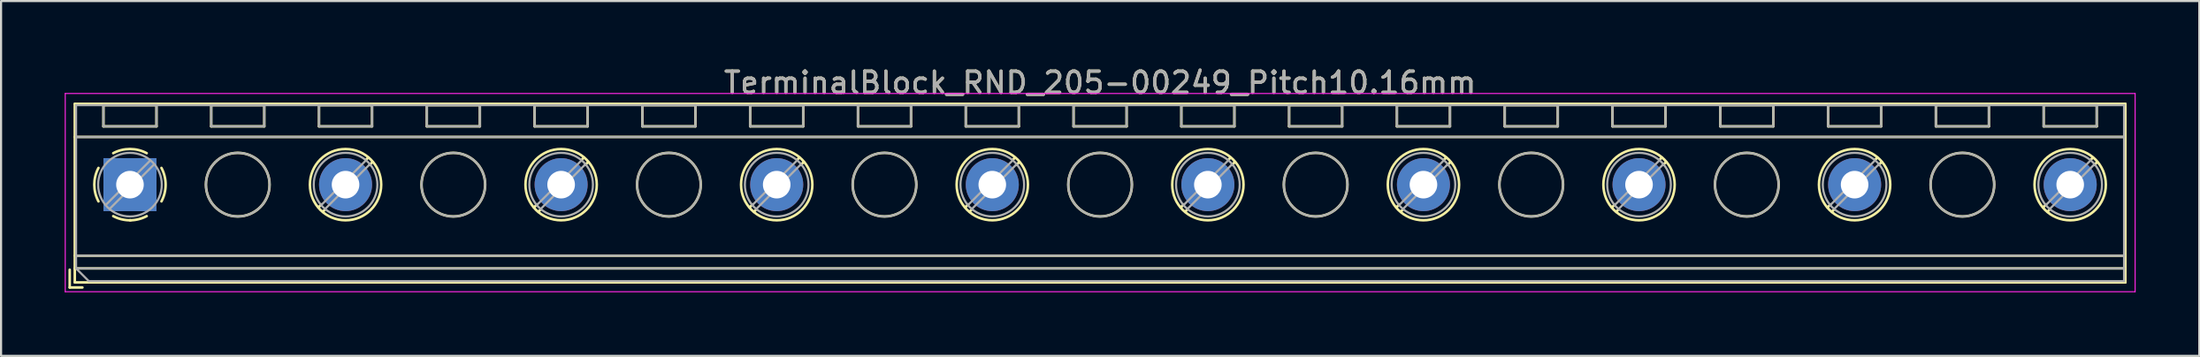
<source format=kicad_pcb>
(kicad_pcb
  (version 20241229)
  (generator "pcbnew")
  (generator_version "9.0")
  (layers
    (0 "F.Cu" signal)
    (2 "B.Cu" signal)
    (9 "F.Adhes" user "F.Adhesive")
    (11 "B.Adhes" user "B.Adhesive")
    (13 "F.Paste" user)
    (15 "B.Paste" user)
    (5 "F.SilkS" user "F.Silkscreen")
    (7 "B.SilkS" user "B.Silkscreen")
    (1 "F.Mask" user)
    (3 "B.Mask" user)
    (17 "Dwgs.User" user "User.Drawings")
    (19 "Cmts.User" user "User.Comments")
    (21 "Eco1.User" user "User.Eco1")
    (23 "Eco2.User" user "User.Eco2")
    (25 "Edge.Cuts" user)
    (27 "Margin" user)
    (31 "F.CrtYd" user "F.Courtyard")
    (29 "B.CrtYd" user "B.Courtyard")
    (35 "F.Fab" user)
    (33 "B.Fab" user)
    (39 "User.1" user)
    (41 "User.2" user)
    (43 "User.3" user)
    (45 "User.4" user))
  (footprint "TerminalBlock_RND_205-00249_Pitch10.16mm"
    (layer "F.Cu")
    (at 3.075 5.658)
    (property "Reference" "TerminalBlock_RND_205-00249_Pitch10.16mm" (at 45.72 -4.81 0) (layer "F.SilkS") (effects (font (size 1 1) (thickness 0.15))))
    (attr through_hole)
    (fp_line (start -2.84 4.01) (end -2.84 4.85) (stroke (width 0.12) (type solid)) (layer "F.SilkS"))
    (fp_line (start -2.84 4.85) (end -2.24 4.85) (stroke (width 0.12) (type solid)) (layer "F.SilkS"))
    (fp_line (start -2.6 -3.81) (end -2.6 4.61) (stroke (width 0.12) (type solid)) (layer "F.SilkS"))
    (fp_line (start -2.6 -2.25) (end 94.04 -2.25) (stroke (width 0.12) (type solid)) (layer "F.SilkS"))
    (fp_line (start -2.6 3.35) (end 94.04 3.35) (stroke (width 0.12) (type solid)) (layer "F.SilkS"))
    (fp_line (start -2.6 3.95) (end 94.04 3.95) (stroke (width 0.12) (type solid)) (layer "F.SilkS"))
    (fp_line (start -2.6 4.61) (end 94.04 4.61) (stroke (width 0.12) (type solid)) (layer "F.SilkS"))
    (fp_line (start -1.25 -3.751) (end -1.25 -2.751) (stroke (width 0.12) (type solid)) (layer "F.SilkS"))
    (fp_line (start -1.25 -3.751) (end 1.25 -3.751) (stroke (width 0.12) (type solid)) (layer "F.SilkS"))
    (fp_line (start -1.25 -2.751) (end 1.25 -2.751) (stroke (width 0.12) (type solid)) (layer "F.SilkS"))
    (fp_line (start 1.25 -3.751) (end 1.25 -2.751) (stroke (width 0.12) (type solid)) (layer "F.SilkS"))
    (fp_line (start 3.83 -3.751) (end 3.83 -2.751) (stroke (width 0.12) (type solid)) (layer "F.SilkS"))
    (fp_line (start 3.83 -3.751) (end 6.33 -3.751) (stroke (width 0.12) (type solid)) (layer "F.SilkS"))
    (fp_line (start 3.83 -2.751) (end 6.33 -2.751) (stroke (width 0.12) (type solid)) (layer "F.SilkS"))
    (fp_line (start 6.33 -3.751) (end 6.33 -2.751) (stroke (width 0.12) (type solid)) (layer "F.SilkS"))
    (fp_line (start 8.91 -3.751) (end 8.91 -2.751) (stroke (width 0.12) (type solid)) (layer "F.SilkS"))
    (fp_line (start 8.91 -3.751) (end 11.41 -3.751) (stroke (width 0.12) (type solid)) (layer "F.SilkS"))
    (fp_line (start 8.91 -2.751) (end 11.41 -2.751) (stroke (width 0.12) (type solid)) (layer "F.SilkS"))
    (fp_line (start 9.027 0.929) (end 8.886 1.069) (stroke (width 0.12) (type solid)) (layer "F.SilkS"))
    (fp_line (start 9.197 1.169) (end 9.091 1.274) (stroke (width 0.12) (type solid)) (layer "F.SilkS"))
    (fp_line (start 11.23 -1.275) (end 11.124 -1.169) (stroke (width 0.12) (type solid)) (layer "F.SilkS"))
    (fp_line (start 11.41 -3.751) (end 11.41 -2.751) (stroke (width 0.12) (type solid)) (layer "F.SilkS"))
    (fp_line (start 11.435 -1.069) (end 11.294 -0.929) (stroke (width 0.12) (type solid)) (layer "F.SilkS"))
    (fp_line (start 13.99 -3.751) (end 13.99 -2.751) (stroke (width 0.12) (type solid)) (layer "F.SilkS"))
    (fp_line (start 13.99 -3.751) (end 16.49 -3.751) (stroke (width 0.12) (type solid)) (layer "F.SilkS"))
    (fp_line (start 13.99 -2.751) (end 16.49 -2.751) (stroke (width 0.12) (type solid)) (layer "F.SilkS"))
    (fp_line (start 16.49 -3.751) (end 16.49 -2.751) (stroke (width 0.12) (type solid)) (layer "F.SilkS"))
    (fp_line (start 19.07 -3.751) (end 19.07 -2.751) (stroke (width 0.12) (type solid)) (layer "F.SilkS"))
    (fp_line (start 19.07 -3.751) (end 21.57 -3.751) (stroke (width 0.12) (type solid)) (layer "F.SilkS"))
    (fp_line (start 19.07 -2.751) (end 21.57 -2.751) (stroke (width 0.12) (type solid)) (layer "F.SilkS"))
    (fp_line (start 19.187 0.929) (end 19.046 1.069) (stroke (width 0.12) (type solid)) (layer "F.SilkS"))
    (fp_line (start 19.357 1.169) (end 19.251 1.274) (stroke (width 0.12) (type solid)) (layer "F.SilkS"))
    (fp_line (start 21.39 -1.275) (end 21.284 -1.169) (stroke (width 0.12) (type solid)) (layer "F.SilkS"))
    (fp_line (start 21.57 -3.751) (end 21.57 -2.751) (stroke (width 0.12) (type solid)) (layer "F.SilkS"))
    (fp_line (start 21.595 -1.069) (end 21.454 -0.929) (stroke (width 0.12) (type solid)) (layer "F.SilkS"))
    (fp_line (start 24.15 -3.751) (end 24.15 -2.751) (stroke (width 0.12) (type solid)) (layer "F.SilkS"))
    (fp_line (start 24.15 -3.751) (end 26.65 -3.751) (stroke (width 0.12) (type solid)) (layer "F.SilkS"))
    (fp_line (start 24.15 -2.751) (end 26.65 -2.751) (stroke (width 0.12) (type solid)) (layer "F.SilkS"))
    (fp_line (start 26.65 -3.751) (end 26.65 -2.751) (stroke (width 0.12) (type solid)) (layer "F.SilkS"))
    (fp_line (start 29.23 -3.751) (end 29.23 -2.751) (stroke (width 0.12) (type solid)) (layer "F.SilkS"))
    (fp_line (start 29.23 -3.751) (end 31.73 -3.751) (stroke (width 0.12) (type solid)) (layer "F.SilkS"))
    (fp_line (start 29.23 -2.751) (end 31.73 -2.751) (stroke (width 0.12) (type solid)) (layer "F.SilkS"))
    (fp_line (start 29.347 0.929) (end 29.206 1.069) (stroke (width 0.12) (type solid)) (layer "F.SilkS"))
    (fp_line (start 29.517 1.169) (end 29.411 1.274) (stroke (width 0.12) (type solid)) (layer "F.SilkS"))
    (fp_line (start 31.55 -1.275) (end 31.444 -1.169) (stroke (width 0.12) (type solid)) (layer "F.SilkS"))
    (fp_line (start 31.73 -3.751) (end 31.73 -2.751) (stroke (width 0.12) (type solid)) (layer "F.SilkS"))
    (fp_line (start 31.755 -1.069) (end 31.614 -0.929) (stroke (width 0.12) (type solid)) (layer "F.SilkS"))
    (fp_line (start 34.31 -3.751) (end 34.31 -2.751) (stroke (width 0.12) (type solid)) (layer "F.SilkS"))
    (fp_line (start 34.31 -3.751) (end 36.81 -3.751) (stroke (width 0.12) (type solid)) (layer "F.SilkS"))
    (fp_line (start 34.31 -2.751) (end 36.81 -2.751) (stroke (width 0.12) (type solid)) (layer "F.SilkS"))
    (fp_line (start 36.81 -3.751) (end 36.81 -2.751) (stroke (width 0.12) (type solid)) (layer "F.SilkS"))
    (fp_line (start 39.39 -3.751) (end 39.39 -2.751) (stroke (width 0.12) (type solid)) (layer "F.SilkS"))
    (fp_line (start 39.39 -3.751) (end 41.89 -3.751) (stroke (width 0.12) (type solid)) (layer "F.SilkS"))
    (fp_line (start 39.39 -2.751) (end 41.89 -2.751) (stroke (width 0.12) (type solid)) (layer "F.SilkS"))
    (fp_line (start 39.507 0.929) (end 39.366 1.069) (stroke (width 0.12) (type solid)) (layer "F.SilkS"))
    (fp_line (start 39.677 1.169) (end 39.571 1.274) (stroke (width 0.12) (type solid)) (layer "F.SilkS"))
    (fp_line (start 41.71 -1.275) (end 41.604 -1.169) (stroke (width 0.12) (type solid)) (layer "F.SilkS"))
    (fp_line (start 41.89 -3.751) (end 41.89 -2.751) (stroke (width 0.12) (type solid)) (layer "F.SilkS"))
    (fp_line (start 41.915 -1.069) (end 41.774 -0.929) (stroke (width 0.12) (type solid)) (layer "F.SilkS"))
    (fp_line (start 44.47 -3.751) (end 44.47 -2.751) (stroke (width 0.12) (type solid)) (layer "F.SilkS"))
    (fp_line (start 44.47 -3.751) (end 46.97 -3.751) (stroke (width 0.12) (type solid)) (layer "F.SilkS"))
    (fp_line (start 44.47 -2.751) (end 46.97 -2.751) (stroke (width 0.12) (type solid)) (layer "F.SilkS"))
    (fp_line (start 46.97 -3.751) (end 46.97 -2.751) (stroke (width 0.12) (type solid)) (layer "F.SilkS"))
    (fp_line (start 49.55 -3.751) (end 49.55 -2.751) (stroke (width 0.12) (type solid)) (layer "F.SilkS"))
    (fp_line (start 49.55 -3.751) (end 52.05 -3.751) (stroke (width 0.12) (type solid)) (layer "F.SilkS"))
    (fp_line (start 49.55 -2.751) (end 52.05 -2.751) (stroke (width 0.12) (type solid)) (layer "F.SilkS"))
    (fp_line (start 49.667 0.929) (end 49.526 1.069) (stroke (width 0.12) (type solid)) (layer "F.SilkS"))
    (fp_line (start 49.837 1.169) (end 49.731 1.274) (stroke (width 0.12) (type solid)) (layer "F.SilkS"))
    (fp_line (start 51.87 -1.275) (end 51.764 -1.169) (stroke (width 0.12) (type solid)) (layer "F.SilkS"))
    (fp_line (start 52.05 -3.751) (end 52.05 -2.751) (stroke (width 0.12) (type solid)) (layer "F.SilkS"))
    (fp_line (start 52.075 -1.069) (end 51.934 -0.929) (stroke (width 0.12) (type solid)) (layer "F.SilkS"))
    (fp_line (start 54.63 -3.751) (end 54.63 -2.751) (stroke (width 0.12) (type solid)) (layer "F.SilkS"))
    (fp_line (start 54.63 -3.751) (end 57.13 -3.751) (stroke (width 0.12) (type solid)) (layer "F.SilkS"))
    (fp_line (start 54.63 -2.751) (end 57.13 -2.751) (stroke (width 0.12) (type solid)) (layer "F.SilkS"))
    (fp_line (start 57.13 -3.751) (end 57.13 -2.751) (stroke (width 0.12) (type solid)) (layer "F.SilkS"))
    (fp_line (start 59.71 -3.751) (end 59.71 -2.751) (stroke (width 0.12) (type solid)) (layer "F.SilkS"))
    (fp_line (start 59.71 -3.751) (end 62.21 -3.751) (stroke (width 0.12) (type solid)) (layer "F.SilkS"))
    (fp_line (start 59.71 -2.751) (end 62.21 -2.751) (stroke (width 0.12) (type solid)) (layer "F.SilkS"))
    (fp_line (start 59.827 0.929) (end 59.686 1.069) (stroke (width 0.12) (type solid)) (layer "F.SilkS"))
    (fp_line (start 59.997 1.169) (end 59.891 1.274) (stroke (width 0.12) (type solid)) (layer "F.SilkS"))
    (fp_line (start 62.03 -1.275) (end 61.924 -1.169) (stroke (width 0.12) (type solid)) (layer "F.SilkS"))
    (fp_line (start 62.21 -3.751) (end 62.21 -2.751) (stroke (width 0.12) (type solid)) (layer "F.SilkS"))
    (fp_line (start 62.235 -1.069) (end 62.094 -0.929) (stroke (width 0.12) (type solid)) (layer "F.SilkS"))
    (fp_line (start 64.791 -3.751) (end 64.791 -2.751) (stroke (width 0.12) (type solid)) (layer "F.SilkS"))
    (fp_line (start 64.791 -3.751) (end 67.29 -3.751) (stroke (width 0.12) (type solid)) (layer "F.SilkS"))
    (fp_line (start 64.791 -2.751) (end 67.29 -2.751) (stroke (width 0.12) (type solid)) (layer "F.SilkS"))
    (fp_line (start 67.29 -3.751) (end 67.29 -2.751) (stroke (width 0.12) (type solid)) (layer "F.SilkS"))
    (fp_line (start 69.87 -3.751) (end 69.87 -2.751) (stroke (width 0.12) (type solid)) (layer "F.SilkS"))
    (fp_line (start 69.87 -3.751) (end 72.37 -3.751) (stroke (width 0.12) (type solid)) (layer "F.SilkS"))
    (fp_line (start 69.87 -2.751) (end 72.37 -2.751) (stroke (width 0.12) (type solid)) (layer "F.SilkS"))
    (fp_line (start 69.987 0.929) (end 69.846 1.069) (stroke (width 0.12) (type solid)) (layer "F.SilkS"))
    (fp_line (start 70.157 1.169) (end 70.051 1.274) (stroke (width 0.12) (type solid)) (layer "F.SilkS"))
    (fp_line (start 72.19 -1.275) (end 72.084 -1.169) (stroke (width 0.12) (type solid)) (layer "F.SilkS"))
    (fp_line (start 72.37 -3.751) (end 72.37 -2.751) (stroke (width 0.12) (type solid)) (layer "F.SilkS"))
    (fp_line (start 72.395 -1.069) (end 72.254 -0.929) (stroke (width 0.12) (type solid)) (layer "F.SilkS"))
    (fp_line (start 74.95 -3.751) (end 74.95 -2.751) (stroke (width 0.12) (type solid)) (layer "F.SilkS"))
    (fp_line (start 74.95 -3.751) (end 77.45 -3.751) (stroke (width 0.12) (type solid)) (layer "F.SilkS"))
    (fp_line (start 74.95 -2.751) (end 77.45 -2.751) (stroke (width 0.12) (type solid)) (layer "F.SilkS"))
    (fp_line (start 77.45 -3.751) (end 77.45 -2.751) (stroke (width 0.12) (type solid)) (layer "F.SilkS"))
    (fp_line (start 80.03 -3.751) (end 80.03 -2.751) (stroke (width 0.12) (type solid)) (layer "F.SilkS"))
    (fp_line (start 80.03 -3.751) (end 82.53 -3.751) (stroke (width 0.12) (type solid)) (layer "F.SilkS"))
    (fp_line (start 80.03 -2.751) (end 82.53 -2.751) (stroke (width 0.12) (type solid)) (layer "F.SilkS"))
    (fp_line (start 80.147 0.929) (end 80.006 1.069) (stroke (width 0.12) (type solid)) (layer "F.SilkS"))
    (fp_line (start 80.317 1.169) (end 80.211 1.274) (stroke (width 0.12) (type solid)) (layer "F.SilkS"))
    (fp_line (start 82.35 -1.275) (end 82.244 -1.169) (stroke (width 0.12) (type solid)) (layer "F.SilkS"))
    (fp_line (start 82.53 -3.751) (end 82.53 -2.751) (stroke (width 0.12) (type solid)) (layer "F.SilkS"))
    (fp_line (start 82.555 -1.069) (end 82.414 -0.929) (stroke (width 0.12) (type solid)) (layer "F.SilkS"))
    (fp_line (start 85.11 -3.751) (end 85.11 -2.751) (stroke (width 0.12) (type solid)) (layer "F.SilkS"))
    (fp_line (start 85.11 -3.751) (end 87.61 -3.751) (stroke (width 0.12) (type solid)) (layer "F.SilkS"))
    (fp_line (start 85.11 -2.751) (end 87.61 -2.751) (stroke (width 0.12) (type solid)) (layer "F.SilkS"))
    (fp_line (start 87.61 -3.751) (end 87.61 -2.751) (stroke (width 0.12) (type solid)) (layer "F.SilkS"))
    (fp_line (start 90.19 -3.751) (end 90.19 -2.751) (stroke (width 0.12) (type solid)) (layer "F.SilkS"))
    (fp_line (start 90.19 -3.751) (end 92.69 -3.751) (stroke (width 0.12) (type solid)) (layer "F.SilkS"))
    (fp_line (start 90.19 -2.751) (end 92.69 -2.751) (stroke (width 0.12) (type solid)) (layer "F.SilkS"))
    (fp_line (start 90.307 0.929) (end 90.166 1.069) (stroke (width 0.12) (type solid)) (layer "F.SilkS"))
    (fp_line (start 90.477 1.169) (end 90.371 1.274) (stroke (width 0.12) (type solid)) (layer "F.SilkS"))
    (fp_line (start 92.51 -1.275) (end 92.404 -1.169) (stroke (width 0.12) (type solid)) (layer "F.SilkS"))
    (fp_line (start 92.69 -3.751) (end 92.69 -2.751) (stroke (width 0.12) (type solid)) (layer "F.SilkS"))
    (fp_line (start 92.715 -1.069) (end 92.574 -0.929) (stroke (width 0.12) (type solid)) (layer "F.SilkS"))
    (fp_line (start 94.04 -3.81) (end -2.6 -3.81) (stroke (width 0.12) (type solid)) (layer "F.SilkS"))
    (fp_line (start 94.04 4.61) (end 94.04 -3.81) (stroke (width 0.12) (type solid)) (layer "F.SilkS"))
    (fp_arc (start -1.483953 0.789089) (mid -1.680708 0.00005) (end -1.484 -0.789) (stroke (width 0.12) (type solid)) (layer "F.SilkS"))
    (fp_arc (start -0.789089 -1.483953) (mid -0.00005 -1.680708) (end 0.789 -1.484) (stroke (width 0.12) (type solid)) (layer "F.SilkS"))
    (fp_arc (start 0.029383 1.68045) (mid -0.392304 1.634281) (end -0.789 1.484) (stroke (width 0.12) (type solid)) (layer "F.SilkS"))
    (fp_arc (start 0.788712 1.483352) (mid 0.406429 1.630097) (end 0 1.68) (stroke (width 0.12) (type solid)) (layer "F.SilkS"))
    (fp_arc (start 1.483953 -0.789089) (mid 1.680708 -0.00005) (end 1.484 0.789) (stroke (width 0.12) (type solid)) (layer "F.SilkS"))
    (fp_circle (center 5.08 0) (end 6.58 0) (stroke (width 0.12) (type solid)) (fill no) (layer "F.SilkS"))
    (fp_circle (center 10.16 0) (end 11.84 0) (stroke (width 0.12) (type solid)) (fill no) (layer "F.SilkS"))
    (fp_circle (center 15.24 0) (end 16.74 0) (stroke (width 0.12) (type solid)) (fill no) (layer "F.SilkS"))
    (fp_circle (center 20.32 0) (end 22 0) (stroke (width 0.12) (type solid)) (fill no) (layer "F.SilkS"))
    (fp_circle (center 25.4 0) (end 26.9 0) (stroke (width 0.12) (type solid)) (fill no) (layer "F.SilkS"))
    (fp_circle (center 30.48 0) (end 32.16 0) (stroke (width 0.12) (type solid)) (fill no) (layer "F.SilkS"))
    (fp_circle (center 35.56 0) (end 37.06 0) (stroke (width 0.12) (type solid)) (fill no) (layer "F.SilkS"))
    (fp_circle (center 40.64 0) (end 42.32 0) (stroke (width 0.12) (type solid)) (fill no) (layer "F.SilkS"))
    (fp_circle (center 45.72 0) (end 47.22 0) (stroke (width 0.12) (type solid)) (fill no) (layer "F.SilkS"))
    (fp_circle (center 50.8 0) (end 52.48 0) (stroke (width 0.12) (type solid)) (fill no) (layer "F.SilkS"))
    (fp_circle (center 55.88 0) (end 57.38 0) (stroke (width 0.12) (type solid)) (fill no) (layer "F.SilkS"))
    (fp_circle (center 60.96 0) (end 62.64 0) (stroke (width 0.12) (type solid)) (fill no) (layer "F.SilkS"))
    (fp_circle (center 66.04 0) (end 67.54 0) (stroke (width 0.12) (type solid)) (fill no) (layer "F.SilkS"))
    (fp_circle (center 71.12 0) (end 72.8 0) (stroke (width 0.12) (type solid)) (fill no) (layer "F.SilkS"))
    (fp_circle (center 76.2 0) (end 77.7 0) (stroke (width 0.12) (type solid)) (fill no) (layer "F.SilkS"))
    (fp_circle (center 81.28 0) (end 82.96 0) (stroke (width 0.12) (type solid)) (fill no) (layer "F.SilkS"))
    (fp_circle (center 86.36 0) (end 87.86 0) (stroke (width 0.12) (type solid)) (fill no) (layer "F.SilkS"))
    (fp_circle (center 91.44 0) (end 93.12 0) (stroke (width 0.12) (type solid)) (fill no) (layer "F.SilkS"))
    (fp_line (start -3.05 -4.3) (end -3.05 5.05) (stroke (width 0.05) (type solid)) (layer "F.CrtYd"))
    (fp_line (start -3.05 5.05) (end 94.5 5.05) (stroke (width 0.05) (type solid)) (layer "F.CrtYd"))
    (fp_line (start 94.5 -4.3) (end -3.05 -4.3) (stroke (width 0.05) (type solid)) (layer "F.CrtYd"))
    (fp_line (start 94.5 5.05) (end 94.5 -4.3) (stroke (width 0.05) (type solid)) (layer "F.CrtYd"))
    (fp_line (start -2.54 -3.75) (end 93.98 -3.75) (stroke (width 0.1) (type solid)) (layer "F.Fab"))
    (fp_line (start -2.54 -2.25) (end 93.98 -2.25) (stroke (width 0.1) (type solid)) (layer "F.Fab"))
    (fp_line (start -2.54 3.35) (end 93.98 3.35) (stroke (width 0.1) (type solid)) (layer "F.Fab"))
    (fp_line (start -2.54 3.95) (end -2.54 -3.75) (stroke (width 0.1) (type solid)) (layer "F.Fab"))
    (fp_line (start -2.54 3.95) (end 93.98 3.95) (stroke (width 0.1) (type solid)) (layer "F.Fab"))
    (fp_line (start -1.94 4.55) (end -2.54 3.95) (stroke (width 0.1) (type solid)) (layer "F.Fab"))
    (fp_line (start -1.25 -3.75) (end -1.25 -2.75) (stroke (width 0.1) (type solid)) (layer "F.Fab"))
    (fp_line (start -1.25 -2.75) (end 1.25 -2.75) (stroke (width 0.1) (type solid)) (layer "F.Fab"))
    (fp_line (start 0.955 -1.138) (end -1.138 0.955) (stroke (width 0.1) (type solid)) (layer "F.Fab"))
    (fp_line (start 1.138 -0.955) (end -0.955 1.138) (stroke (width 0.1) (type solid)) (layer "F.Fab"))
    (fp_line (start 1.25 -3.75) (end -1.25 -3.75) (stroke (width 0.1) (type solid)) (layer "F.Fab"))
    (fp_line (start 1.25 -2.75) (end 1.25 -3.75) (stroke (width 0.1) (type solid)) (layer "F.Fab"))
    (fp_line (start 3.83 -3.75) (end 3.83 -2.75) (stroke (width 0.1) (type solid)) (layer "F.Fab"))
    (fp_line (start 3.83 -2.75) (end 6.33 -2.75) (stroke (width 0.1) (type solid)) (layer "F.Fab"))
    (fp_line (start 6.33 -3.75) (end 3.83 -3.75) (stroke (width 0.1) (type solid)) (layer "F.Fab"))
    (fp_line (start 6.33 -2.75) (end 6.33 -3.75) (stroke (width 0.1) (type solid)) (layer "F.Fab"))
    (fp_line (start 8.91 -3.75) (end 8.91 -2.75) (stroke (width 0.1) (type solid)) (layer "F.Fab"))
    (fp_line (start 8.91 -2.75) (end 11.41 -2.75) (stroke (width 0.1) (type solid)) (layer "F.Fab"))
    (fp_line (start 11.115 -1.138) (end 9.023 0.955) (stroke (width 0.1) (type solid)) (layer "F.Fab"))
    (fp_line (start 11.298 -0.955) (end 9.206 1.138) (stroke (width 0.1) (type solid)) (layer "F.Fab"))
    (fp_line (start 11.41 -3.75) (end 8.91 -3.75) (stroke (width 0.1) (type solid)) (layer "F.Fab"))
    (fp_line (start 11.41 -2.75) (end 11.41 -3.75) (stroke (width 0.1) (type solid)) (layer "F.Fab"))
    (fp_line (start 13.99 -3.75) (end 13.99 -2.75) (stroke (width 0.1) (type solid)) (layer "F.Fab"))
    (fp_line (start 13.99 -2.75) (end 16.49 -2.75) (stroke (width 0.1) (type solid)) (layer "F.Fab"))
    (fp_line (start 16.49 -3.75) (end 13.99 -3.75) (stroke (width 0.1) (type solid)) (layer "F.Fab"))
    (fp_line (start 16.49 -2.75) (end 16.49 -3.75) (stroke (width 0.1) (type solid)) (layer "F.Fab"))
    (fp_line (start 19.07 -3.75) (end 19.07 -2.75) (stroke (width 0.1) (type solid)) (layer "F.Fab"))
    (fp_line (start 19.07 -2.75) (end 21.57 -2.75) (stroke (width 0.1) (type solid)) (layer "F.Fab"))
    (fp_line (start 21.275 -1.138) (end 19.183 0.955) (stroke (width 0.1) (type solid)) (layer "F.Fab"))
    (fp_line (start 21.458 -0.955) (end 19.366 1.138) (stroke (width 0.1) (type solid)) (layer "F.Fab"))
    (fp_line (start 21.57 -3.75) (end 19.07 -3.75) (stroke (width 0.1) (type solid)) (layer "F.Fab"))
    (fp_line (start 21.57 -2.75) (end 21.57 -3.75) (stroke (width 0.1) (type solid)) (layer "F.Fab"))
    (fp_line (start 24.15 -3.75) (end 24.15 -2.75) (stroke (width 0.1) (type solid)) (layer "F.Fab"))
    (fp_line (start 24.15 -2.75) (end 26.65 -2.75) (stroke (width 0.1) (type solid)) (layer "F.Fab"))
    (fp_line (start 26.65 -3.75) (end 24.15 -3.75) (stroke (width 0.1) (type solid)) (layer "F.Fab"))
    (fp_line (start 26.65 -2.75) (end 26.65 -3.75) (stroke (width 0.1) (type solid)) (layer "F.Fab"))
    (fp_line (start 29.23 -3.75) (end 29.23 -2.75) (stroke (width 0.1) (type solid)) (layer "F.Fab"))
    (fp_line (start 29.23 -2.75) (end 31.73 -2.75) (stroke (width 0.1) (type solid)) (layer "F.Fab"))
    (fp_line (start 31.435 -1.138) (end 29.343 0.955) (stroke (width 0.1) (type solid)) (layer "F.Fab"))
    (fp_line (start 31.618 -0.955) (end 29.526 1.138) (stroke (width 0.1) (type solid)) (layer "F.Fab"))
    (fp_line (start 31.73 -3.75) (end 29.23 -3.75) (stroke (width 0.1) (type solid)) (layer "F.Fab"))
    (fp_line (start 31.73 -2.75) (end 31.73 -3.75) (stroke (width 0.1) (type solid)) (layer "F.Fab"))
    (fp_line (start 34.31 -3.75) (end 34.31 -2.75) (stroke (width 0.1) (type solid)) (layer "F.Fab"))
    (fp_line (start 34.31 -2.75) (end 36.81 -2.75) (stroke (width 0.1) (type solid)) (layer "F.Fab"))
    (fp_line (start 36.81 -3.75) (end 34.31 -3.75) (stroke (width 0.1) (type solid)) (layer "F.Fab"))
    (fp_line (start 36.81 -2.75) (end 36.81 -3.75) (stroke (width 0.1) (type solid)) (layer "F.Fab"))
    (fp_line (start 39.39 -3.75) (end 39.39 -2.75) (stroke (width 0.1) (type solid)) (layer "F.Fab"))
    (fp_line (start 39.39 -2.75) (end 41.89 -2.75) (stroke (width 0.1) (type solid)) (layer "F.Fab"))
    (fp_line (start 41.595 -1.138) (end 39.503 0.955) (stroke (width 0.1) (type solid)) (layer "F.Fab"))
    (fp_line (start 41.778 -0.955) (end 39.686 1.138) (stroke (width 0.1) (type solid)) (layer "F.Fab"))
    (fp_line (start 41.89 -3.75) (end 39.39 -3.75) (stroke (width 0.1) (type solid)) (layer "F.Fab"))
    (fp_line (start 41.89 -2.75) (end 41.89 -3.75) (stroke (width 0.1) (type solid)) (layer "F.Fab"))
    (fp_line (start 44.47 -3.75) (end 44.47 -2.75) (stroke (width 0.1) (type solid)) (layer "F.Fab"))
    (fp_line (start 44.47 -2.75) (end 46.97 -2.75) (stroke (width 0.1) (type solid)) (layer "F.Fab"))
    (fp_line (start 46.97 -3.75) (end 44.47 -3.75) (stroke (width 0.1) (type solid)) (layer "F.Fab"))
    (fp_line (start 46.97 -2.75) (end 46.97 -3.75) (stroke (width 0.1) (type solid)) (layer "F.Fab"))
    (fp_line (start 49.55 -3.75) (end 49.55 -2.75) (stroke (width 0.1) (type solid)) (layer "F.Fab"))
    (fp_line (start 49.55 -2.75) (end 52.05 -2.75) (stroke (width 0.1) (type solid)) (layer "F.Fab"))
    (fp_line (start 51.755 -1.138) (end 49.663 0.955) (stroke (width 0.1) (type solid)) (layer "F.Fab"))
    (fp_line (start 51.938 -0.955) (end 49.846 1.138) (stroke (width 0.1) (type solid)) (layer "F.Fab"))
    (fp_line (start 52.05 -3.75) (end 49.55 -3.75) (stroke (width 0.1) (type solid)) (layer "F.Fab"))
    (fp_line (start 52.05 -2.75) (end 52.05 -3.75) (stroke (width 0.1) (type solid)) (layer "F.Fab"))
    (fp_line (start 54.63 -3.75) (end 54.63 -2.75) (stroke (width 0.1) (type solid)) (layer "F.Fab"))
    (fp_line (start 54.63 -2.75) (end 57.13 -2.75) (stroke (width 0.1) (type solid)) (layer "F.Fab"))
    (fp_line (start 57.13 -3.75) (end 54.63 -3.75) (stroke (width 0.1) (type solid)) (layer "F.Fab"))
    (fp_line (start 57.13 -2.75) (end 57.13 -3.75) (stroke (width 0.1) (type solid)) (layer "F.Fab"))
    (fp_line (start 59.71 -3.75) (end 59.71 -2.75) (stroke (width 0.1) (type solid)) (layer "F.Fab"))
    (fp_line (start 59.71 -2.75) (end 62.21 -2.75) (stroke (width 0.1) (type solid)) (layer "F.Fab"))
    (fp_line (start 61.915 -1.138) (end 59.823 0.955) (stroke (width 0.1) (type solid)) (layer "F.Fab"))
    (fp_line (start 62.098 -0.955) (end 60.006 1.138) (stroke (width 0.1) (type solid)) (layer "F.Fab"))
    (fp_line (start 62.21 -3.75) (end 59.71 -3.75) (stroke (width 0.1) (type solid)) (layer "F.Fab"))
    (fp_line (start 62.21 -2.75) (end 62.21 -3.75) (stroke (width 0.1) (type solid)) (layer "F.Fab"))
    (fp_line (start 64.79 -3.75) (end 64.79 -2.75) (stroke (width 0.1) (type solid)) (layer "F.Fab"))
    (fp_line (start 64.79 -2.75) (end 67.29 -2.75) (stroke (width 0.1) (type solid)) (layer "F.Fab"))
    (fp_line (start 67.29 -3.75) (end 64.79 -3.75) (stroke (width 0.1) (type solid)) (layer "F.Fab"))
    (fp_line (start 67.29 -2.75) (end 67.29 -3.75) (stroke (width 0.1) (type solid)) (layer "F.Fab"))
    (fp_line (start 69.87 -3.75) (end 69.87 -2.75) (stroke (width 0.1) (type solid)) (layer "F.Fab"))
    (fp_line (start 69.87 -2.75) (end 72.37 -2.75) (stroke (width 0.1) (type solid)) (layer "F.Fab"))
    (fp_line (start 72.075 -1.138) (end 69.983 0.955) (stroke (width 0.1) (type solid)) (layer "F.Fab"))
    (fp_line (start 72.258 -0.955) (end 70.166 1.138) (stroke (width 0.1) (type solid)) (layer "F.Fab"))
    (fp_line (start 72.37 -3.75) (end 69.87 -3.75) (stroke (width 0.1) (type solid)) (layer "F.Fab"))
    (fp_line (start 72.37 -2.75) (end 72.37 -3.75) (stroke (width 0.1) (type solid)) (layer "F.Fab"))
    (fp_line (start 74.95 -3.75) (end 74.95 -2.75) (stroke (width 0.1) (type solid)) (layer "F.Fab"))
    (fp_line (start 74.95 -2.75) (end 77.45 -2.75) (stroke (width 0.1) (type solid)) (layer "F.Fab"))
    (fp_line (start 77.45 -3.75) (end 74.95 -3.75) (stroke (width 0.1) (type solid)) (layer "F.Fab"))
    (fp_line (start 77.45 -2.75) (end 77.45 -3.75) (stroke (width 0.1) (type solid)) (layer "F.Fab"))
    (fp_line (start 80.03 -3.75) (end 80.03 -2.75) (stroke (width 0.1) (type solid)) (layer "F.Fab"))
    (fp_line (start 80.03 -2.75) (end 82.53 -2.75) (stroke (width 0.1) (type solid)) (layer "F.Fab"))
    (fp_line (start 82.235 -1.138) (end 80.143 0.955) (stroke (width 0.1) (type solid)) (layer "F.Fab"))
    (fp_line (start 82.418 -0.955) (end 80.326 1.138) (stroke (width 0.1) (type solid)) (layer "F.Fab"))
    (fp_line (start 82.53 -3.75) (end 80.03 -3.75) (stroke (width 0.1) (type solid)) (layer "F.Fab"))
    (fp_line (start 82.53 -2.75) (end 82.53 -3.75) (stroke (width 0.1) (type solid)) (layer "F.Fab"))
    (fp_line (start 85.11 -3.75) (end 85.11 -2.75) (stroke (width 0.1) (type solid)) (layer "F.Fab"))
    (fp_line (start 85.11 -2.75) (end 87.61 -2.75) (stroke (width 0.1) (type solid)) (layer "F.Fab"))
    (fp_line (start 87.61 -3.75) (end 85.11 -3.75) (stroke (width 0.1) (type solid)) (layer "F.Fab"))
    (fp_line (start 87.61 -2.75) (end 87.61 -3.75) (stroke (width 0.1) (type solid)) (layer "F.Fab"))
    (fp_line (start 90.19 -3.75) (end 90.19 -2.75) (stroke (width 0.1) (type solid)) (layer "F.Fab"))
    (fp_line (start 90.19 -2.75) (end 92.69 -2.75) (stroke (width 0.1) (type solid)) (layer "F.Fab"))
    (fp_line (start 92.395 -1.138) (end 90.303 0.955) (stroke (width 0.1) (type solid)) (layer "F.Fab"))
    (fp_line (start 92.578 -0.955) (end 90.486 1.138) (stroke (width 0.1) (type solid)) (layer "F.Fab"))
    (fp_line (start 92.69 -3.75) (end 90.19 -3.75) (stroke (width 0.1) (type solid)) (layer "F.Fab"))
    (fp_line (start 92.69 -2.75) (end 92.69 -3.75) (stroke (width 0.1) (type solid)) (layer "F.Fab"))
    (fp_line (start 93.98 -3.75) (end 93.98 4.55) (stroke (width 0.1) (type solid)) (layer "F.Fab"))
    (fp_line (start 93.98 4.55) (end -1.94 4.55) (stroke (width 0.1) (type solid)) (layer "F.Fab"))
    (fp_circle (center 0 0) (end 1.5 0) (stroke (width 0.1) (type solid)) (fill no) (layer "F.Fab"))
    (fp_circle (center 5.08 0) (end 6.58 0) (stroke (width 0.1) (type solid)) (fill no) (layer "F.Fab"))
    (fp_circle (center 10.16 0) (end 11.66 0) (stroke (width 0.1) (type solid)) (fill no) (layer "F.Fab"))
    (fp_circle (center 15.24 0) (end 16.74 0) (stroke (width 0.1) (type solid)) (fill no) (layer "F.Fab"))
    (fp_circle (center 20.32 0) (end 21.82 0) (stroke (width 0.1) (type solid)) (fill no) (layer "F.Fab"))
    (fp_circle (center 25.4 0) (end 26.9 0) (stroke (width 0.1) (type solid)) (fill no) (layer "F.Fab"))
    (fp_circle (center 30.48 0) (end 31.98 0) (stroke (width 0.1) (type solid)) (fill no) (layer "F.Fab"))
    (fp_circle (center 35.56 0) (end 37.06 0) (stroke (width 0.1) (type solid)) (fill no) (layer "F.Fab"))
    (fp_circle (center 40.64 0) (end 42.14 0) (stroke (width 0.1) (type solid)) (fill no) (layer "F.Fab"))
    (fp_circle (center 45.72 0) (end 47.22 0) (stroke (width 0.1) (type solid)) (fill no) (layer "F.Fab"))
    (fp_circle (center 50.8 0) (end 52.3 0) (stroke (width 0.1) (type solid)) (fill no) (layer "F.Fab"))
    (fp_circle (center 55.88 0) (end 57.38 0) (stroke (width 0.1) (type solid)) (fill no) (layer "F.Fab"))
    (fp_circle (center 60.96 0) (end 62.46 0) (stroke (width 0.1) (type solid)) (fill no) (layer "F.Fab"))
    (fp_circle (center 66.04 0) (end 67.54 0) (stroke (width 0.1) (type solid)) (fill no) (layer "F.Fab"))
    (fp_circle (center 71.12 0) (end 72.62 0) (stroke (width 0.1) (type solid)) (fill no) (layer "F.Fab"))
    (fp_circle (center 76.2 0) (end 77.7 0) (stroke (width 0.1) (type solid)) (fill no) (layer "F.Fab"))
    (fp_circle (center 81.28 0) (end 82.78 0) (stroke (width 0.1) (type solid)) (fill no) (layer "F.Fab"))
    (fp_circle (center 86.36 0) (end 87.86 0) (stroke (width 0.1) (type solid)) (fill no) (layer "F.Fab"))
    (fp_circle (center 91.44 0) (end 92.94 0) (stroke (width 0.1) (type solid)) (fill no) (layer "F.Fab"))
    (fp_text user "${REFERENCE}" (at 45.72 -4.81 0) (layer "F.Fab") (effects (font (size 1 1) (thickness 0.15))))
    (pad "1" thru_hole rect (at 0 0) (size 2.5 2.5) (drill 1.3) (layers "*.Cu" "*.Mask"))
    (pad "2" thru_hole oval (at 10.16 0) (size 2.5 2.5) (drill 1.3) (layers "*.Cu" "*.Mask"))
    (pad "3" thru_hole oval (at 20.32 0) (size 2.5 2.5) (drill 1.3) (layers "*.Cu" "*.Mask"))
    (pad "4" thru_hole oval (at 30.48 0) (size 2.5 2.5) (drill 1.3) (layers "*.Cu" "*.Mask"))
    (pad "5" thru_hole oval (at 40.64 0) (size 2.5 2.5) (drill 1.3) (layers "*.Cu" "*.Mask"))
    (pad "6" thru_hole oval (at 50.8 0) (size 2.5 2.5) (drill 1.3) (layers "*.Cu" "*.Mask"))
    (pad "7" thru_hole oval (at 60.96 0) (size 2.5 2.5) (drill 1.3) (layers "*.Cu" "*.Mask"))
    (pad "8" thru_hole oval (at 71.12 0) (size 2.5 2.5) (drill 1.3) (layers "*.Cu" "*.Mask"))
    (pad "9" thru_hole oval (at 81.28 0) (size 2.5 2.5) (drill 1.3) (layers "*.Cu" "*.Mask"))
    (pad "10" thru_hole oval (at 91.44 0) (size 2.5 2.5) (drill 1.3) (layers "*.Cu" "*.Mask")))
  (gr_rect
    (start -3 -3)
    (end 100.6 13.733)
    (stroke (width 0.1) (type default))
    (fill no)
    (layer "Edge.Cuts")))
</source>
